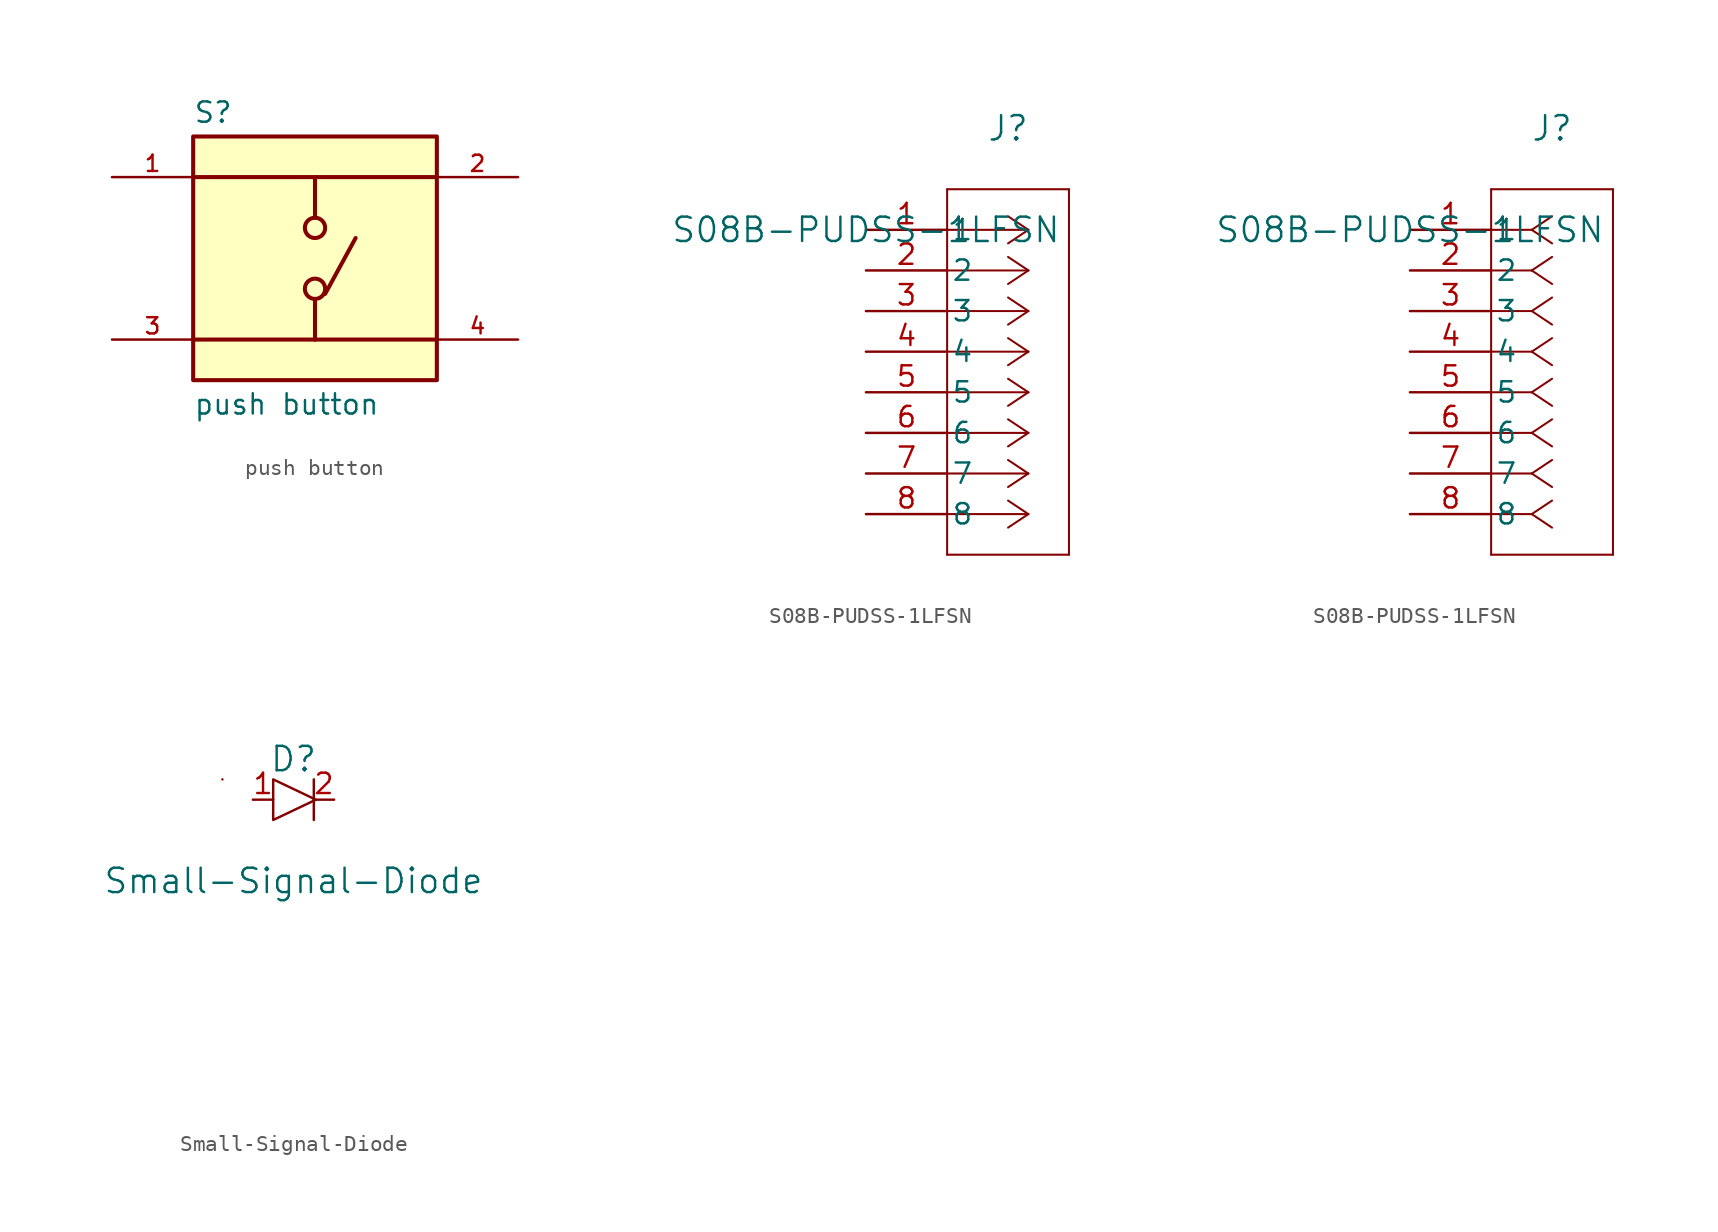
<source format=kicad_sym>
(kicad_symbol_lib
  (version 20231120)
  (generator "kicad_symbol_editor")
  (generator_version "8.0")
  (symbol "push button"
    (pin_names
      (offset 1.016))
    (property "Reference" "S"
      (at -7.62 8.382 0)
      (effects (font (size 1.27 1.27)) (justify left bottom)))
    (property "Value" "push button"
      (at -7.62 -8.382 0)
      (effects (font (size 1.27 1.27)) (justify left top)))
    (symbol "push button_0_0"
      (rectangle (start -7.62 -7.62) (end 7.62 7.62) (stroke (width 0.254) (type default)) (fill (type background)))
      (circle (center 0 -1.905) (radius 0.635) (stroke (width 0.254) (type default)) (fill (type none)))
      (polyline (pts (xy 0 -5.08) (xy -7.62 -5.08)) (stroke (width 0.254) (type default)) (fill (type none)))
      (polyline (pts (xy 0 -5.08) (xy 7.62 -5.08)) (stroke (width 0.254) (type default)) (fill (type none)))
      (polyline (pts (xy 0 -2.54) (xy 0 -5.08)) (stroke (width 0.254) (type default)) (fill (type none)))
      (polyline (pts (xy 0 5.08) (xy -7.62 5.08)) (stroke (width 0.254) (type default)) (fill (type none)))
      (polyline (pts (xy 0 5.08) (xy 0 2.54)) (stroke (width 0.254) (type default)) (fill (type none)))
      (polyline (pts (xy 0 5.08) (xy 7.62 5.08)) (stroke (width 0.254) (type default)) (fill (type none)))
      (polyline (pts (xy 0.635 -2.223) (xy 2.54 1.27)) (stroke (width 0.254) (type default)) (fill (type none)))
      (circle (center 0 1.905) (radius 0.635) (stroke (width 0.254) (type default)) (fill (type none)))
      (pin passive line (at -12.7 5.08 0) (length 5.08) (name "~" (effects (font (size 1.016 1.016)))) (number "1" (effects (font (size 1.016 1.016)))))
      (pin passive line (at 12.7 5.08 180) (length 5.08) (name "~" (effects (font (size 1.016 1.016)))) (number "2" (effects (font (size 1.016 1.016)))))
      (pin passive line (at -12.7 -5.08 0) (length 5.08) (name "~" (effects (font (size 1.016 1.016)))) (number "3" (effects (font (size 1.016 1.016)))))
      (pin passive line (at 12.7 -5.08 180) (length 5.08) (name "~" (effects (font (size 1.016 1.016)))) (number "4" (effects (font (size 1.016 1.016)))))))
  (symbol "S08B-PUDSS-1LFSN"
    (pin_names
      (offset 0.254))
    (property "Reference" "J"
      (at 8.89 6.35 0)
      (effects (font (size 1.524 1.524))))
    (property "Value" "S08B-PUDSS-1LFSN"
      (at 0 0 0)
      (effects (font (size 1.524 1.524))))
    (symbol "S08B-PUDSS-1LFSN_1_1"
      (polyline (pts (xy 10.16 0) (xy 5.08 0)) (stroke (width 0.127) (type default) (color 0 0 0 0)) (fill (type none)))
      (polyline (pts (xy 10.16 -2.54) (xy 5.08 -2.54)) (stroke (width 0.127) (type default) (color 0 0 0 0)) (fill (type none)))
      (polyline (pts (xy 10.16 -5.08) (xy 5.08 -5.08)) (stroke (width 0.127) (type default) (color 0 0 0 0)) (fill (type none)))
      (polyline (pts (xy 10.16 -7.62) (xy 5.08 -7.62)) (stroke (width 0.127) (type default) (color 0 0 0 0)) (fill (type none)))
      (polyline (pts (xy 10.16 -10.16) (xy 5.08 -10.16)) (stroke (width 0.127) (type default) (color 0 0 0 0)) (fill (type none)))
      (polyline (pts (xy 10.16 -12.7) (xy 5.08 -12.7)) (stroke (width 0.127) (type default) (color 0 0 0 0)) (fill (type none)))
      (polyline (pts (xy 10.16 -15.24) (xy 5.08 -15.24)) (stroke (width 0.127) (type default) (color 0 0 0 0)) (fill (type none)))
      (polyline (pts (xy 10.16 -17.78) (xy 5.08 -17.78)) (stroke (width 0.127) (type default) (color 0 0 0 0)) (fill (type none)))
      (polyline (pts (xy 10.16 0) (xy 8.89 0.847)) (stroke (width 0.127) (type default) (color 0 0 0 0)) (fill (type none)))
      (polyline (pts (xy 10.16 -2.54) (xy 8.89 -1.693)) (stroke (width 0.127) (type default) (color 0 0 0 0)) (fill (type none)))
      (polyline (pts (xy 10.16 -5.08) (xy 8.89 -4.233)) (stroke (width 0.127) (type default) (color 0 0 0 0)) (fill (type none)))
      (polyline (pts (xy 10.16 -7.62) (xy 8.89 -6.773)) (stroke (width 0.127) (type default) (color 0 0 0 0)) (fill (type none)))
      (polyline (pts (xy 10.16 -10.16) (xy 8.89 -9.313)) (stroke (width 0.127) (type default) (color 0 0 0 0)) (fill (type none)))
      (polyline (pts (xy 10.16 -12.7) (xy 8.89 -11.853)) (stroke (width 0.127) (type default) (color 0 0 0 0)) (fill (type none)))
      (polyline (pts (xy 10.16 -15.24) (xy 8.89 -14.393)) (stroke (width 0.127) (type default) (color 0 0 0 0)) (fill (type none)))
      (polyline (pts (xy 10.16 -17.78) (xy 8.89 -16.933)) (stroke (width 0.127) (type default) (color 0 0 0 0)) (fill (type none)))
      (polyline (pts (xy 10.16 0) (xy 8.89 -0.847)) (stroke (width 0.127) (type default) (color 0 0 0 0)) (fill (type none)))
      (polyline (pts (xy 10.16 -2.54) (xy 8.89 -3.387)) (stroke (width 0.127) (type default) (color 0 0 0 0)) (fill (type none)))
      (polyline (pts (xy 10.16 -5.08) (xy 8.89 -5.927)) (stroke (width 0.127) (type default) (color 0 0 0 0)) (fill (type none)))
      (polyline (pts (xy 10.16 -7.62) (xy 8.89 -8.467)) (stroke (width 0.127) (type default) (color 0 0 0 0)) (fill (type none)))
      (polyline (pts (xy 10.16 -10.16) (xy 8.89 -11.007)) (stroke (width 0.127) (type default) (color 0 0 0 0)) (fill (type none)))
      (polyline (pts (xy 10.16 -12.7) (xy 8.89 -13.547)) (stroke (width 0.127) (type default) (color 0 0 0 0)) (fill (type none)))
      (polyline (pts (xy 10.16 -15.24) (xy 8.89 -16.087)) (stroke (width 0.127) (type default) (color 0 0 0 0)) (fill (type none)))
      (polyline (pts (xy 10.16 -17.78) (xy 8.89 -18.627)) (stroke (width 0.127) (type default) (color 0 0 0 0)) (fill (type none)))
      (polyline (pts (xy 5.08 2.54) (xy 5.08 -20.32)) (stroke (width 0.127) (type default) (color 0 0 0 0)) (fill (type none)))
      (polyline (pts (xy 5.08 -20.32) (xy 12.7 -20.32)) (stroke (width 0.127) (type default) (color 0 0 0 0)) (fill (type none)))
      (polyline (pts (xy 12.7 -20.32) (xy 12.7 2.54)) (stroke (width 0.127) (type default) (color 0 0 0 0)) (fill (type none)))
      (polyline (pts (xy 12.7 2.54) (xy 5.08 2.54)) (stroke (width 0.127) (type default) (color 0 0 0 0)) (fill (type none)))
      (pin unspecified line (at 0 0 0) (length 5.08) (name "1" (effects (font (size 1.27 1.27)))) (number "1" (effects (font (size 1.27 1.27)))))
      (pin unspecified line (at 0 -2.54 0) (length 5.08) (name "2" (effects (font (size 1.27 1.27)))) (number "2" (effects (font (size 1.27 1.27)))))
      (pin unspecified line (at 0 -5.08 0) (length 5.08) (name "3" (effects (font (size 1.27 1.27)))) (number "3" (effects (font (size 1.27 1.27)))))
      (pin unspecified line (at 0 -7.62 0) (length 5.08) (name "4" (effects (font (size 1.27 1.27)))) (number "4" (effects (font (size 1.27 1.27)))))
      (pin unspecified line (at 0 -10.16 0) (length 5.08) (name "5" (effects (font (size 1.27 1.27)))) (number "5" (effects (font (size 1.27 1.27)))))
      (pin unspecified line (at 0 -12.7 0) (length 5.08) (name "6" (effects (font (size 1.27 1.27)))) (number "6" (effects (font (size 1.27 1.27)))))
      (pin unspecified line (at 0 -15.24 0) (length 5.08) (name "7" (effects (font (size 1.27 1.27)))) (number "7" (effects (font (size 1.27 1.27)))))
      (pin unspecified line (at 0 -17.78 0) (length 5.08) (name "8" (effects (font (size 1.27 1.27)))) (number "8" (effects (font (size 1.27 1.27))))))
    (symbol "S08B-PUDSS-1LFSN_1_2"
      (polyline (pts (xy 7.62 0) (xy 5.08 0)) (stroke (width 0.127) (type default) (color 0 0 0 0)) (fill (type none)))
      (polyline (pts (xy 7.62 -2.54) (xy 5.08 -2.54)) (stroke (width 0.127) (type default) (color 0 0 0 0)) (fill (type none)))
      (polyline (pts (xy 7.62 -5.08) (xy 5.08 -5.08)) (stroke (width 0.127) (type default) (color 0 0 0 0)) (fill (type none)))
      (polyline (pts (xy 7.62 -7.62) (xy 5.08 -7.62)) (stroke (width 0.127) (type default) (color 0 0 0 0)) (fill (type none)))
      (polyline (pts (xy 7.62 -10.16) (xy 5.08 -10.16)) (stroke (width 0.127) (type default) (color 0 0 0 0)) (fill (type none)))
      (polyline (pts (xy 7.62 -12.7) (xy 5.08 -12.7)) (stroke (width 0.127) (type default) (color 0 0 0 0)) (fill (type none)))
      (polyline (pts (xy 7.62 -15.24) (xy 5.08 -15.24)) (stroke (width 0.127) (type default) (color 0 0 0 0)) (fill (type none)))
      (polyline (pts (xy 7.62 -17.78) (xy 5.08 -17.78)) (stroke (width 0.127) (type default) (color 0 0 0 0)) (fill (type none)))
      (polyline (pts (xy 7.62 0) (xy 8.89 0.847)) (stroke (width 0.127) (type default) (color 0 0 0 0)) (fill (type none)))
      (polyline (pts (xy 7.62 -2.54) (xy 8.89 -1.693)) (stroke (width 0.127) (type default) (color 0 0 0 0)) (fill (type none)))
      (polyline (pts (xy 7.62 -5.08) (xy 8.89 -4.233)) (stroke (width 0.127) (type default) (color 0 0 0 0)) (fill (type none)))
      (polyline (pts (xy 7.62 -7.62) (xy 8.89 -6.773)) (stroke (width 0.127) (type default) (color 0 0 0 0)) (fill (type none)))
      (polyline (pts (xy 7.62 -10.16) (xy 8.89 -9.313)) (stroke (width 0.127) (type default) (color 0 0 0 0)) (fill (type none)))
      (polyline (pts (xy 7.62 -12.7) (xy 8.89 -11.853)) (stroke (width 0.127) (type default) (color 0 0 0 0)) (fill (type none)))
      (polyline (pts (xy 7.62 -15.24) (xy 8.89 -14.393)) (stroke (width 0.127) (type default) (color 0 0 0 0)) (fill (type none)))
      (polyline (pts (xy 7.62 -17.78) (xy 8.89 -16.933)) (stroke (width 0.127) (type default) (color 0 0 0 0)) (fill (type none)))
      (polyline (pts (xy 7.62 0) (xy 8.89 -0.847)) (stroke (width 0.127) (type default) (color 0 0 0 0)) (fill (type none)))
      (polyline (pts (xy 7.62 -2.54) (xy 8.89 -3.387)) (stroke (width 0.127) (type default) (color 0 0 0 0)) (fill (type none)))
      (polyline (pts (xy 7.62 -5.08) (xy 8.89 -5.927)) (stroke (width 0.127) (type default) (color 0 0 0 0)) (fill (type none)))
      (polyline (pts (xy 7.62 -7.62) (xy 8.89 -8.467)) (stroke (width 0.127) (type default) (color 0 0 0 0)) (fill (type none)))
      (polyline (pts (xy 7.62 -10.16) (xy 8.89 -11.007)) (stroke (width 0.127) (type default) (color 0 0 0 0)) (fill (type none)))
      (polyline (pts (xy 7.62 -12.7) (xy 8.89 -13.547)) (stroke (width 0.127) (type default) (color 0 0 0 0)) (fill (type none)))
      (polyline (pts (xy 7.62 -15.24) (xy 8.89 -16.087)) (stroke (width 0.127) (type default) (color 0 0 0 0)) (fill (type none)))
      (polyline (pts (xy 7.62 -17.78) (xy 8.89 -18.627)) (stroke (width 0.127) (type default) (color 0 0 0 0)) (fill (type none)))
      (polyline (pts (xy 5.08 2.54) (xy 5.08 -20.32)) (stroke (width 0.127) (type default) (color 0 0 0 0)) (fill (type none)))
      (polyline (pts (xy 5.08 -20.32) (xy 12.7 -20.32)) (stroke (width 0.127) (type default) (color 0 0 0 0)) (fill (type none)))
      (polyline (pts (xy 12.7 -20.32) (xy 12.7 2.54)) (stroke (width 0.127) (type default) (color 0 0 0 0)) (fill (type none)))
      (polyline (pts (xy 12.7 2.54) (xy 5.08 2.54)) (stroke (width 0.127) (type default) (color 0 0 0 0)) (fill (type none)))
      (pin unspecified line (at 0 0 0) (length 5.08) (name "1" (effects (font (size 1.27 1.27)))) (number "1" (effects (font (size 1.27 1.27)))))
      (pin unspecified line (at 0 -2.54 0) (length 5.08) (name "2" (effects (font (size 1.27 1.27)))) (number "2" (effects (font (size 1.27 1.27)))))
      (pin unspecified line (at 0 -5.08 0) (length 5.08) (name "3" (effects (font (size 1.27 1.27)))) (number "3" (effects (font (size 1.27 1.27)))))
      (pin unspecified line (at 0 -7.62 0) (length 5.08) (name "4" (effects (font (size 1.27 1.27)))) (number "4" (effects (font (size 1.27 1.27)))))
      (pin unspecified line (at 0 -10.16 0) (length 5.08) (name "5" (effects (font (size 1.27 1.27)))) (number "5" (effects (font (size 1.27 1.27)))))
      (pin unspecified line (at 0 -12.7 0) (length 5.08) (name "6" (effects (font (size 1.27 1.27)))) (number "6" (effects (font (size 1.27 1.27)))))
      (pin unspecified line (at 0 -15.24 0) (length 5.08) (name "7" (effects (font (size 1.27 1.27)))) (number "7" (effects (font (size 1.27 1.27)))))
      (pin unspecified line (at 0 -17.78 0) (length 5.08) (name "8" (effects (font (size 1.27 1.27)))) (number "8" (effects (font (size 1.27 1.27)))))))
  (symbol "Small-Signal-Diode"
    (pin_names
      (offset 0.254))
    (property "Reference" "D"
      (at 16.51 15.24 0)
      (effects (font (size 1.524 1.524))))
    (property "Value" "Small-Signal-Diode"
      (at 16.51 7.62 0)
      (effects (font (size 1.524 1.524))))
    (property "Datasheet" ""
      (at 12.065 -5.334 0)
      (effects (font (size 1.524 1.524))))
    (symbol "Small-Signal-Diode_0_1"
      (polyline (pts (xy 12.065 13.97) (xy 12.065 13.97)) (stroke (width 0) (type solid)) (fill (type none)))
      (polyline (pts (xy 17.78 13.97) (xy 17.78 11.43)) (stroke (width 0) (type solid)) (fill (type none)))
      (polyline (pts (xy 17.907 12.7) (xy 15.24 13.97) (xy 15.24 11.43) (xy 17.907 12.7)) (stroke (width 0) (type solid)) (fill (type none))))
    (symbol "Small-Signal-Diode_1_1"
      (pin unspecified line (at 13.97 12.7 0) (length 1.27) (name "~" (effects (font (size 1.27 1.27)))) (number "1" (effects (font (size 1.27 1.27)))))
      (pin unspecified line (at 19.05 12.7 180) (length 1.27) (name "~" (effects (font (size 1.27 1.27)))) (number "2" (effects (font (size 1.27 1.27))))))))
</source>
